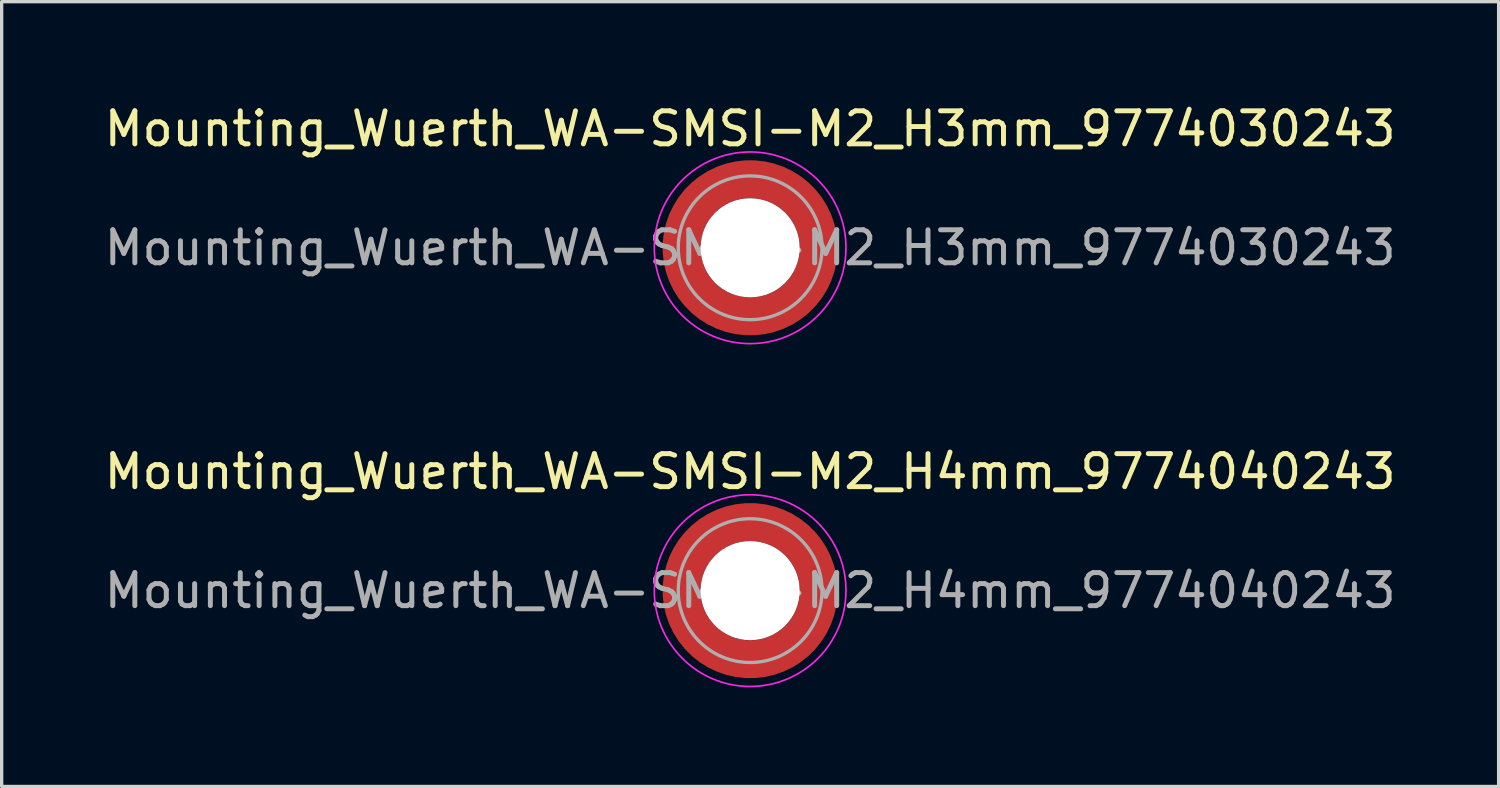
<source format=kicad_pcb>
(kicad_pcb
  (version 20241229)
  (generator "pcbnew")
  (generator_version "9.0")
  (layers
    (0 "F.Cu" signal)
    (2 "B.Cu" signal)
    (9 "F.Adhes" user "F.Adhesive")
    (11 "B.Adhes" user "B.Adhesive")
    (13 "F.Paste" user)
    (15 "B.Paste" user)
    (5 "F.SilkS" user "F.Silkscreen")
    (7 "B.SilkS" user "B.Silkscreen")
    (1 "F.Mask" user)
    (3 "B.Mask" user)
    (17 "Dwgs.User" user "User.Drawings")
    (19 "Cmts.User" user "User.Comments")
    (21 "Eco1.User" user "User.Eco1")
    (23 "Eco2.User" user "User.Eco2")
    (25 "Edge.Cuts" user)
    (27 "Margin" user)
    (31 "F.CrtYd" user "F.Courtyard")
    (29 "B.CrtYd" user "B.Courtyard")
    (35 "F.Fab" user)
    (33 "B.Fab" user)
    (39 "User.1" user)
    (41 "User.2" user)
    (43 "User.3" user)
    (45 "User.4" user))
  (footprint "Mounting_Wuerth_WA-SMSI-M2_H3mm_9774030243"
    (layer "F.Cu")
    (at 19.649 4.448)
    (property "Reference" "Mounting_Wuerth_WA-SMSI-M2_H3mm_9774030243" (at 0 -3.6 0) (layer "F.SilkS") (effects (font (size 1 1) (thickness 0.15))))
    (attr smd)
    (fp_circle (center 0 0) (end 2.9 0) (stroke (width 0.05) (type solid)) (fill no) (layer "F.CrtYd"))
    (fp_circle (center 0 0) (end 2.175 0) (stroke (width 0.1) (type solid)) (fill no) (layer "F.Fab"))
    (fp_text user "${REFERENCE}" (at 0 0 0) (layer "F.Fab") (effects (font (size 1 1) (thickness 0.15))))
    (pad "" smd custom (at -1.453 -1.453) (size 0.61 0.61) (layers "F.Paste") (options (anchor circle)) (primitives (gr_arc (start -0.147677 1.053104) (mid 0.286378 0.286378) (end 1.053104 -0.147677) (width 0.2)) (gr_arc (start -0.240295 1.053104) (mid 0.222738 0.222738) (end 1.053104 -0.240295) (width 0.2)) (gr_arc (start -0.332645 1.053104) (mid 0.159099 0.159099) (end 1.053104 -0.332645) (width 0.2)) (gr_arc (start -0.424767 1.053104) (mid 0.095459 0.095459) (end 1.053104 -0.424767) (width 0.2)) (gr_arc (start -0.516693 1.053104) (mid 0.031819 0.031819) (end 1.053104 -0.516693) (width 0.2)) (gr_arc (start -0.608448 1.053104) (mid -0.03182 -0.03182) (end 1.053104 -0.608448) (width 0.2)) (gr_arc (start -0.700056 1.053104) (mid -0.09546 -0.09546) (end 1.053104 -0.700056) (width 0.2)) (gr_arc (start -0.791534 1.053104) (mid -0.159099 -0.159099) (end 1.053104 -0.791534) (width 0.2)) (gr_arc (start -0.882896 1.053104) (mid -0.222738 -0.222738) (end 1.053104 -0.882896) (width 0.2)) (gr_arc (start -0.974157 1.053104) (mid -0.286378 -0.286378) (end 1.053104 -0.974157) (width 0.2)) (gr_line (start 1.053 -0.148) (end 1.053 -0.974) (width 0.2)) (gr_line (start -0.148 1.053) (end -0.974 1.053) (width 0.2))))
    (pad "" smd custom (at -1.453 1.453) (size 0.61 0.61) (layers "F.Paste") (options (anchor circle)) (primitives (gr_arc (start 1.053104 0.147677) (mid 0.286378 -0.286378) (end -0.147677 -1.053104) (width 0.2)) (gr_arc (start 1.053104 0.240295) (mid 0.222738 -0.222738) (end -0.240295 -1.053104) (width 0.2)) (gr_arc (start 1.053104 0.332645) (mid 0.159099 -0.159099) (end -0.332645 -1.053104) (width 0.2)) (gr_arc (start 1.053104 0.424767) (mid 0.095459 -0.095459) (end -0.424767 -1.053104) (width 0.2)) (gr_arc (start 1.053104 0.516693) (mid 0.031819 -0.031819) (end -0.516693 -1.053104) (width 0.2)) (gr_arc (start 1.053104 0.608448) (mid -0.03182 0.03182) (end -0.608448 -1.053104) (width 0.2)) (gr_arc (start 1.053104 0.700056) (mid -0.09546 0.09546) (end -0.700056 -1.053104) (width 0.2)) (gr_arc (start 1.053104 0.791534) (mid -0.159099 0.159099) (end -0.791534 -1.053104) (width 0.2)) (gr_arc (start 1.053104 0.882896) (mid -0.222738 0.222738) (end -0.882896 -1.053104) (width 0.2)) (gr_arc (start 1.053104 0.974157) (mid -0.286378 0.286378) (end -0.974157 -1.053104) (width 0.2)) (gr_line (start -0.148 -1.053) (end -0.974 -1.053) (width 0.2)) (gr_line (start 1.053 0.148) (end 1.053 0.974) (width 0.2))))
    (pad "" np_thru_hole circle (at 0 0) (size 3 3) (drill 3) (layers "*.Cu" "*.Mask"))
    (pad "" smd custom (at 1.453 -1.453) (size 0.61 0.61) (layers "F.Paste") (options (anchor circle)) (primitives (gr_arc (start -1.053104 -0.147677) (mid -0.286378 0.286378) (end 0.147677 1.053104) (width 0.2)) (gr_arc (start -1.053104 -0.240295) (mid -0.222738 0.222738) (end 0.240295 1.053104) (width 0.2)) (gr_arc (start -1.053104 -0.332645) (mid -0.159099 0.159099) (end 0.332645 1.053104) (width 0.2)) (gr_arc (start -1.053104 -0.424767) (mid -0.095459 0.095459) (end 0.424767 1.053104) (width 0.2)) (gr_arc (start -1.053104 -0.516693) (mid -0.031819 0.031819) (end 0.516693 1.053104) (width 0.2)) (gr_arc (start -1.053104 -0.608448) (mid 0.03182 -0.03182) (end 0.608448 1.053104) (width 0.2)) (gr_arc (start -1.053104 -0.700056) (mid 0.09546 -0.09546) (end 0.700056 1.053104) (width 0.2)) (gr_arc (start -1.053104 -0.791534) (mid 0.159099 -0.159099) (end 0.791534 1.053104) (width 0.2)) (gr_arc (start -1.053104 -0.882896) (mid 0.222738 -0.222738) (end 0.882896 1.053104) (width 0.2)) (gr_arc (start -1.053104 -0.974157) (mid 0.286378 -0.286378) (end 0.974157 1.053104) (width 0.2)) (gr_line (start 0.148 1.053) (end 0.974 1.053) (width 0.2)) (gr_line (start -1.053 -0.148) (end -1.053 -0.974) (width 0.2))))
    (pad "" smd custom (at 1.453 1.453) (size 0.61 0.61) (layers "F.Paste") (options (anchor circle)) (primitives (gr_arc (start 0.147677 -1.053104) (mid -0.286378 -0.286378) (end -1.053104 0.147677) (width 0.2)) (gr_arc (start 0.240295 -1.053104) (mid -0.222738 -0.222738) (end -1.053104 0.240295) (width 0.2)) (gr_arc (start 0.332645 -1.053104) (mid -0.159099 -0.159099) (end -1.053104 0.332645) (width 0.2)) (gr_arc (start 0.424767 -1.053104) (mid -0.095459 -0.095459) (end -1.053104 0.424767) (width 0.2)) (gr_arc (start 0.516693 -1.053104) (mid -0.031819 -0.031819) (end -1.053104 0.516693) (width 0.2)) (gr_arc (start 0.608448 -1.053104) (mid 0.03182 0.03182) (end -1.053104 0.608448) (width 0.2)) (gr_arc (start 0.700056 -1.053104) (mid 0.09546 0.09546) (end -1.053104 0.700056) (width 0.2)) (gr_arc (start 0.791534 -1.053104) (mid 0.159099 0.159099) (end -1.053104 0.791534) (width 0.2)) (gr_arc (start 0.882896 -1.053104) (mid 0.222738 0.222738) (end -1.053104 0.882896) (width 0.2)) (gr_arc (start 0.974157 -1.053104) (mid 0.286378 0.286378) (end -1.053104 0.974157) (width 0.2)) (gr_line (start -1.053 0.148) (end -1.053 0.974) (width 0.2)) (gr_line (start 0.148 -1.053) (end 0.974 -1.053) (width 0.2))))
    (pad "1" smd circle (at -2.075 0) (size 0.75 0.75) (layers "F.Cu"))
    (pad "1" smd circle (at 0 -2.075) (size 0.75 0.75) (layers "F.Cu"))
    (pad "1" smd circle (at 0 2.075) (size 0.75 0.75) (layers "F.Cu"))
    (pad "1" smd custom (at 2.075 0) (size 0.75 0.75) (layers "F.Cu" "F.Mask") (options (anchor circle)) (primitives (gr_circle (center -2.075 0) (end 0 0) (width 1.15) (fill no)))))
  (footprint "Mounting_Wuerth_WA-SMSI-M2_H4mm_9774040243"
    (layer "F.Cu")
    (at 19.649 14.822)
    (property "Reference" "Mounting_Wuerth_WA-SMSI-M2_H4mm_9774040243" (at 0 -3.6 0) (layer "F.SilkS") (effects (font (size 1 1) (thickness 0.15))))
    (attr smd)
    (fp_circle (center 0 0) (end 2.9 0) (stroke (width 0.05) (type solid)) (fill no) (layer "F.CrtYd"))
    (fp_circle (center 0 0) (end 2.175 0) (stroke (width 0.1) (type solid)) (fill no) (layer "F.Fab"))
    (fp_text user "${REFERENCE}" (at 0 0 0) (layer "F.Fab") (effects (font (size 1 1) (thickness 0.15))))
    (pad "" smd custom (at -1.453 -1.453) (size 0.61 0.61) (layers "F.Paste") (options (anchor circle)) (primitives (gr_arc (start -0.147677 1.053104) (mid 0.286378 0.286378) (end 1.053104 -0.147677) (width 0.2)) (gr_arc (start -0.240295 1.053104) (mid 0.222738 0.222738) (end 1.053104 -0.240295) (width 0.2)) (gr_arc (start -0.332645 1.053104) (mid 0.159099 0.159099) (end 1.053104 -0.332645) (width 0.2)) (gr_arc (start -0.424767 1.053104) (mid 0.095459 0.095459) (end 1.053104 -0.424767) (width 0.2)) (gr_arc (start -0.516693 1.053104) (mid 0.031819 0.031819) (end 1.053104 -0.516693) (width 0.2)) (gr_arc (start -0.608448 1.053104) (mid -0.03182 -0.03182) (end 1.053104 -0.608448) (width 0.2)) (gr_arc (start -0.700056 1.053104) (mid -0.09546 -0.09546) (end 1.053104 -0.700056) (width 0.2)) (gr_arc (start -0.791534 1.053104) (mid -0.159099 -0.159099) (end 1.053104 -0.791534) (width 0.2)) (gr_arc (start -0.882896 1.053104) (mid -0.222738 -0.222738) (end 1.053104 -0.882896) (width 0.2)) (gr_arc (start -0.974157 1.053104) (mid -0.286378 -0.286378) (end 1.053104 -0.974157) (width 0.2)) (gr_line (start 1.053 -0.148) (end 1.053 -0.974) (width 0.2)) (gr_line (start -0.148 1.053) (end -0.974 1.053) (width 0.2))))
    (pad "" smd custom (at -1.453 1.453) (size 0.61 0.61) (layers "F.Paste") (options (anchor circle)) (primitives (gr_arc (start 1.053104 0.147677) (mid 0.286378 -0.286378) (end -0.147677 -1.053104) (width 0.2)) (gr_arc (start 1.053104 0.240295) (mid 0.222738 -0.222738) (end -0.240295 -1.053104) (width 0.2)) (gr_arc (start 1.053104 0.332645) (mid 0.159099 -0.159099) (end -0.332645 -1.053104) (width 0.2)) (gr_arc (start 1.053104 0.424767) (mid 0.095459 -0.095459) (end -0.424767 -1.053104) (width 0.2)) (gr_arc (start 1.053104 0.516693) (mid 0.031819 -0.031819) (end -0.516693 -1.053104) (width 0.2)) (gr_arc (start 1.053104 0.608448) (mid -0.03182 0.03182) (end -0.608448 -1.053104) (width 0.2)) (gr_arc (start 1.053104 0.700056) (mid -0.09546 0.09546) (end -0.700056 -1.053104) (width 0.2)) (gr_arc (start 1.053104 0.791534) (mid -0.159099 0.159099) (end -0.791534 -1.053104) (width 0.2)) (gr_arc (start 1.053104 0.882896) (mid -0.222738 0.222738) (end -0.882896 -1.053104) (width 0.2)) (gr_arc (start 1.053104 0.974157) (mid -0.286378 0.286378) (end -0.974157 -1.053104) (width 0.2)) (gr_line (start -0.148 -1.053) (end -0.974 -1.053) (width 0.2)) (gr_line (start 1.053 0.148) (end 1.053 0.974) (width 0.2))))
    (pad "" np_thru_hole circle (at 0 0) (size 3 3) (drill 3) (layers "*.Cu" "*.Mask"))
    (pad "" smd custom (at 1.453 -1.453) (size 0.61 0.61) (layers "F.Paste") (options (anchor circle)) (primitives (gr_arc (start -1.053104 -0.147677) (mid -0.286378 0.286378) (end 0.147677 1.053104) (width 0.2)) (gr_arc (start -1.053104 -0.240295) (mid -0.222738 0.222738) (end 0.240295 1.053104) (width 0.2)) (gr_arc (start -1.053104 -0.332645) (mid -0.159099 0.159099) (end 0.332645 1.053104) (width 0.2)) (gr_arc (start -1.053104 -0.424767) (mid -0.095459 0.095459) (end 0.424767 1.053104) (width 0.2)) (gr_arc (start -1.053104 -0.516693) (mid -0.031819 0.031819) (end 0.516693 1.053104) (width 0.2)) (gr_arc (start -1.053104 -0.608448) (mid 0.03182 -0.03182) (end 0.608448 1.053104) (width 0.2)) (gr_arc (start -1.053104 -0.700056) (mid 0.09546 -0.09546) (end 0.700056 1.053104) (width 0.2)) (gr_arc (start -1.053104 -0.791534) (mid 0.159099 -0.159099) (end 0.791534 1.053104) (width 0.2)) (gr_arc (start -1.053104 -0.882896) (mid 0.222738 -0.222738) (end 0.882896 1.053104) (width 0.2)) (gr_arc (start -1.053104 -0.974157) (mid 0.286378 -0.286378) (end 0.974157 1.053104) (width 0.2)) (gr_line (start 0.148 1.053) (end 0.974 1.053) (width 0.2)) (gr_line (start -1.053 -0.148) (end -1.053 -0.974) (width 0.2))))
    (pad "" smd custom (at 1.453 1.453) (size 0.61 0.61) (layers "F.Paste") (options (anchor circle)) (primitives (gr_arc (start 0.147677 -1.053104) (mid -0.286378 -0.286378) (end -1.053104 0.147677) (width 0.2)) (gr_arc (start 0.240295 -1.053104) (mid -0.222738 -0.222738) (end -1.053104 0.240295) (width 0.2)) (gr_arc (start 0.332645 -1.053104) (mid -0.159099 -0.159099) (end -1.053104 0.332645) (width 0.2)) (gr_arc (start 0.424767 -1.053104) (mid -0.095459 -0.095459) (end -1.053104 0.424767) (width 0.2)) (gr_arc (start 0.516693 -1.053104) (mid -0.031819 -0.031819) (end -1.053104 0.516693) (width 0.2)) (gr_arc (start 0.608448 -1.053104) (mid 0.03182 0.03182) (end -1.053104 0.608448) (width 0.2)) (gr_arc (start 0.700056 -1.053104) (mid 0.09546 0.09546) (end -1.053104 0.700056) (width 0.2)) (gr_arc (start 0.791534 -1.053104) (mid 0.159099 0.159099) (end -1.053104 0.791534) (width 0.2)) (gr_arc (start 0.882896 -1.053104) (mid 0.222738 0.222738) (end -1.053104 0.882896) (width 0.2)) (gr_arc (start 0.974157 -1.053104) (mid 0.286378 0.286378) (end -1.053104 0.974157) (width 0.2)) (gr_line (start -1.053 0.148) (end -1.053 0.974) (width 0.2)) (gr_line (start 0.148 -1.053) (end 0.974 -1.053) (width 0.2))))
    (pad "1" smd circle (at -2.075 0) (size 0.75 0.75) (layers "F.Cu"))
    (pad "1" smd circle (at 0 -2.075) (size 0.75 0.75) (layers "F.Cu"))
    (pad "1" smd circle (at 0 2.075) (size 0.75 0.75) (layers "F.Cu"))
    (pad "1" smd custom (at 2.075 0) (size 0.75 0.75) (layers "F.Cu" "F.Mask") (options (anchor circle)) (primitives (gr_circle (center -2.075 0) (end 0 0) (width 1.15) (fill no)))))
  (gr_rect
    (start -3 -3)
    (end 42.298 20.747)
    (stroke (width 0.1) (type default))
    (fill no)
    (layer "Edge.Cuts")))
</source>
